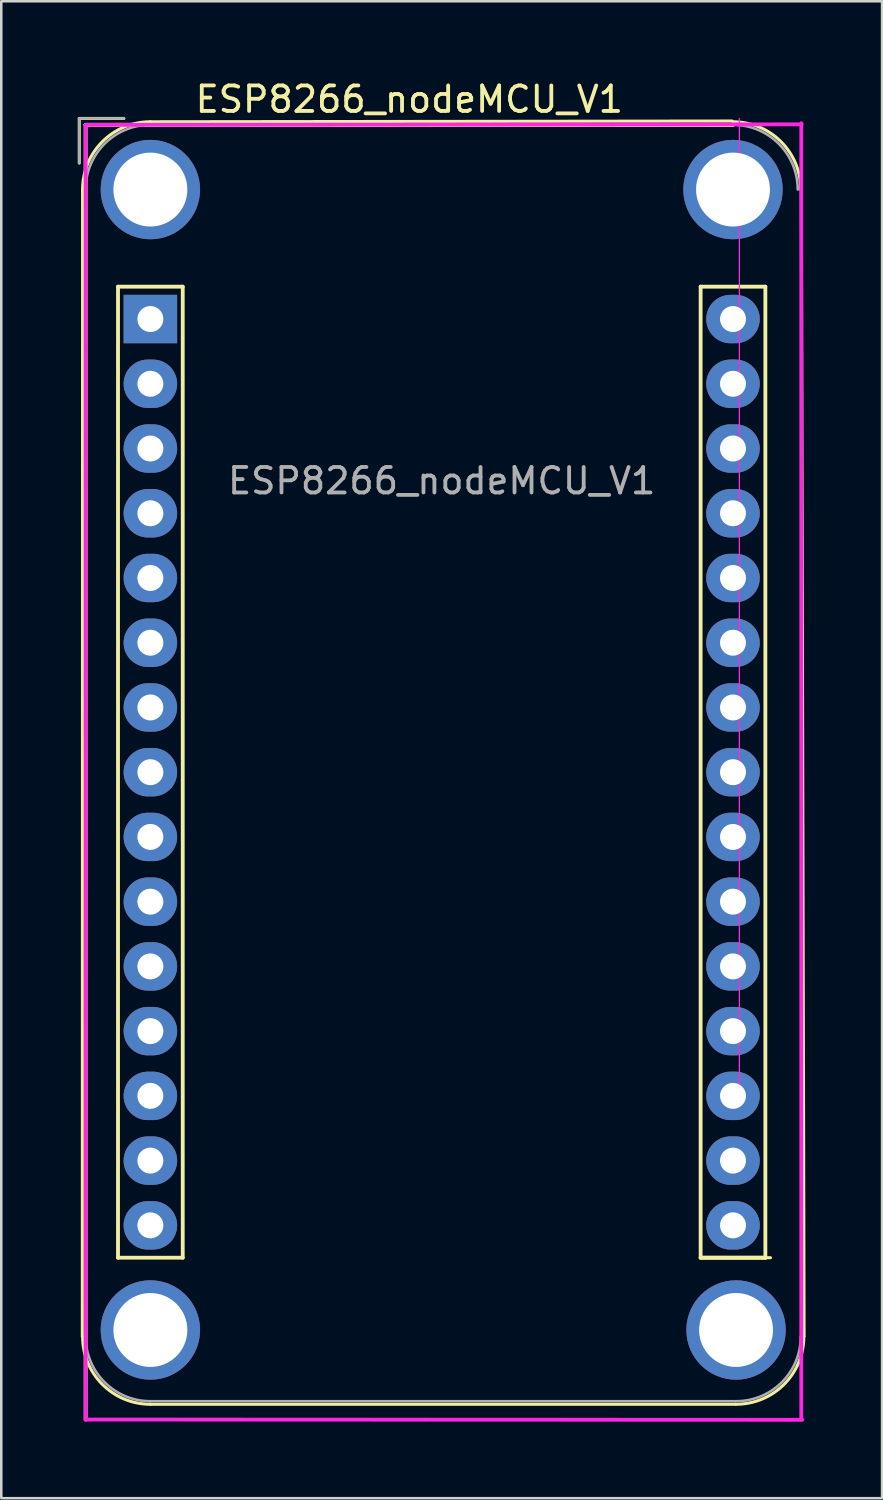
<source format=kicad_pcb>
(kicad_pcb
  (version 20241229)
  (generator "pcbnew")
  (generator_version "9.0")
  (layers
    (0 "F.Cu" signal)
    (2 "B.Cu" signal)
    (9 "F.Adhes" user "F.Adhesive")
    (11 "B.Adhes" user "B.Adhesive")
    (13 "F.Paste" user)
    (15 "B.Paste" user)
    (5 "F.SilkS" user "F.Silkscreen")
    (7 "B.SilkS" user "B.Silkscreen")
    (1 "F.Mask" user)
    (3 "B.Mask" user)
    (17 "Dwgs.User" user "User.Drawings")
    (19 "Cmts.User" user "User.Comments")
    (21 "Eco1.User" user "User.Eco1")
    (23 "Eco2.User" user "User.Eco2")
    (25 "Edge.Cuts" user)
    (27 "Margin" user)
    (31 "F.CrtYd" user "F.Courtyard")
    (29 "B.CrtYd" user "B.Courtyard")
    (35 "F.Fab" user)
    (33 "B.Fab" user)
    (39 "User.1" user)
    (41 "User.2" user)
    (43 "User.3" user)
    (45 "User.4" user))
  (footprint "ESP8266_nodeMCU_V1"
    (layer "F.Cu")
    (at 2.85 8.198)
    (property "Reference" "ESP8266_nodeMCU_V1" (at 10.16 -7.35 0) (layer "F.SilkS") (effects (font (size 1 1) (thickness 0.15))))
    (attr through_hole)
    (fp_line (start -2.79 -6.6) (end -1.04 -6.6) (stroke (width 0.12) (type solid)) (layer "F.SilkS"))
    (fp_line (start -2.79 -4.85) (end -2.79 -6.6) (stroke (width 0.12) (type solid)) (layer "F.SilkS"))
    (fp_line (start -2.66 -3.81) (end -2.67 41.19) (stroke (width 0.12) (type solid)) (layer "F.SilkS"))
    (fp_line (start -2.54 -6.35) (end -2.54 44.45) (stroke (width 0.15) (type solid)) (layer "F.SilkS"))
    (fp_line (start -2.54 -6.35) (end 22.86 -6.35) (stroke (width 0.15) (type solid)) (layer "F.SilkS"))
    (fp_line (start -1.27 0) (end 1.27 0) (stroke (width 0.15) (type solid)) (layer "F.SilkS"))
    (fp_line (start -1.27 38.1) (end -1.27 0) (stroke (width 0.15) (type solid)) (layer "F.SilkS"))
    (fp_line (start 0 -6.47) (end 22.83 -6.5) (stroke (width 0.12) (type solid)) (layer "F.SilkS"))
    (fp_line (start 0 43.85) (end 22.96 43.85) (stroke (width 0.12) (type solid)) (layer "F.SilkS"))
    (fp_line (start 1.27 0) (end 1.27 38.1) (stroke (width 0.15) (type solid)) (layer "F.SilkS"))
    (fp_line (start 1.27 38.1) (end -1.27 38.1) (stroke (width 0.15) (type solid)) (layer "F.SilkS"))
    (fp_line (start 21.59 0) (end 24.13 0) (stroke (width 0.15) (type solid)) (layer "F.SilkS"))
    (fp_line (start 21.59 38.1) (end 21.59 0) (stroke (width 0.15) (type solid)) (layer "F.SilkS"))
    (fp_line (start 21.59 38.1) (end 24.33 38.1) (stroke (width 0.12) (type solid)) (layer "F.SilkS"))
    (fp_line (start 22.86 -6.35) (end -2.54 -6.35) (stroke (width 0.15) (type solid)) (layer "F.SilkS"))
    (fp_line (start 24.13 0) (end 24.13 38.1) (stroke (width 0.15) (type solid)) (layer "F.SilkS"))
    (fp_line (start 24.13 38.1) (end 21.59 38.1) (stroke (width 0.15) (type solid)) (layer "F.SilkS"))
    (fp_line (start 24.13 38.1) (end 21.59 38.1) (stroke (width 0.15) (type solid)) (layer "F.SilkS"))
    (fp_line (start 25.54 -3.95) (end 25.65 41.18) (stroke (width 0.12) (type solid)) (layer "F.SilkS"))
    (fp_arc (start -2.66 -3.81) (mid -1.880904 -5.690904) (end 0 -6.47) (stroke (width 0.12) (type solid)) (layer "F.SilkS"))
    (fp_arc (start 0 43.85) (mid -1.880904 43.070904) (end -2.66 41.19) (stroke (width 0.12) (type solid)) (layer "F.SilkS"))
    (fp_arc (start 22.86 -6.47) (mid 24.740904 -5.690904) (end 25.52 -3.81) (stroke (width 0.12) (type solid)) (layer "F.SilkS"))
    (fp_arc (start 25.64 41.19) (mid 24.860904 43.070904) (end 22.98 43.85) (stroke (width 0.12) (type solid)) (layer "F.SilkS"))
    (fp_line (start -2.54 -6.35) (end 25.55 -6.37) (stroke (width 0.15) (type solid)) (layer "F.CrtYd"))
    (fp_line (start -2.54 44.45) (end -2.54 -6.35) (stroke (width 0.15) (type solid)) (layer "F.CrtYd"))
    (fp_line (start 23.11 32) (end 23.11 -6.6) (stroke (width 0.05) (type solid)) (layer "F.CrtYd"))
    (fp_line (start 25.54 -6.41) (end 25.54 44.39) (stroke (width 0.15) (type solid)) (layer "F.CrtYd"))
    (fp_line (start 25.58 44.46) (end -2.54 44.45) (stroke (width 0.15) (type solid)) (layer "F.CrtYd"))
    (fp_line (start -2.79 -6.6) (end -1.04 -6.6) (stroke (width 0.1) (type solid)) (layer "F.Fab"))
    (fp_line (start -2.79 -4.85) (end -2.79 -6.6) (stroke (width 0.1) (type solid)) (layer "F.Fab"))
    (fp_line (start -2.54 -3.81) (end -2.54 29.21) (stroke (width 0.1) (type solid)) (layer "F.Fab"))
    (fp_line (start 0 -6.35) (end 20.32 -6.35) (stroke (width 0.1) (type solid)) (layer "F.Fab"))
    (fp_line (start 0 43.73) (end 22.95 43.73) (stroke (width 0.1) (type solid)) (layer "F.Fab"))
    (fp_arc (start -2.54 -3.81) (mid -1.796051 -5.606051) (end 0 -6.35) (stroke (width 0.1) (type solid)) (layer "F.Fab"))
    (fp_arc (start 0 43.73) (mid -1.796051 42.986051) (end -2.54 41.19) (stroke (width 0.1) (type solid)) (layer "F.Fab"))
    (fp_arc (start 22.86 -6.35) (mid 24.656051 -5.606051) (end 25.4 -3.81) (stroke (width 0.1) (type solid)) (layer "F.Fab"))
    (fp_arc (start 25.52 41.19) (mid 24.776051 42.986051) (end 22.98 43.73) (stroke (width 0.1) (type solid)) (layer "F.Fab"))
    (fp_text user "${REFERENCE}" (at 11.43 7.62 0) (layer "F.Fab") (effects (font (size 1 1) (thickness 0.15))))
    (pad "1" thru_hole rect (at 0 1.27) (size 2.1 1.9) (drill 1.02) (layers "*.Cu" "*.Mask"))
    (pad "2" thru_hole oval (at 0 3.81) (size 2.1 1.9) (drill 1.02) (layers "*.Cu" "*.Mask"))
    (pad "3" thru_hole oval (at 0 6.35) (size 2.1 1.9) (drill 1.02) (layers "*.Cu" "*.Mask"))
    (pad "4" thru_hole oval (at 0 8.89) (size 2.1 1.9) (drill 1.02) (layers "*.Cu" "*.Mask"))
    (pad "5" thru_hole oval (at 0 11.43) (size 2.1 1.9) (drill 1.02) (layers "*.Cu" "*.Mask"))
    (pad "6" thru_hole oval (at 0 13.97) (size 2.1 1.9) (drill 1.02) (layers "*.Cu" "*.Mask"))
    (pad "7" thru_hole oval (at 0 16.51) (size 2.1 1.9) (drill 1.02) (layers "*.Cu" "*.Mask"))
    (pad "8" thru_hole oval (at 0 19.05) (size 2.1 1.9) (drill 1.02) (layers "*.Cu" "*.Mask"))
    (pad "9" thru_hole oval (at 0 21.59) (size 2.1 1.9) (drill 1.02) (layers "*.Cu" "*.Mask"))
    (pad "10" thru_hole oval (at 0 24.13) (size 2.1 1.9) (drill 1.02) (layers "*.Cu" "*.Mask"))
    (pad "11" thru_hole oval (at 0 26.67) (size 2.1 1.9) (drill 1.02) (layers "*.Cu" "*.Mask"))
    (pad "12" thru_hole oval (at 0 29.21) (size 2.1 1.9) (drill 1.02) (layers "*.Cu" "*.Mask"))
    (pad "13" thru_hole oval (at 0 31.75) (size 2.1 1.9) (drill 1.02) (layers "*.Cu" "*.Mask"))
    (pad "14" thru_hole oval (at 0 34.29) (size 2.1 1.9) (drill 1.02) (layers "*.Cu" "*.Mask"))
    (pad "15" thru_hole oval (at 0 36.83) (size 2.1 1.9) (drill 1.02) (layers "*.Cu" "*.Mask"))
    (pad "16" thru_hole oval (at 22.86 36.83) (size 2.1 1.9) (drill 1.02) (layers "*.Cu" "*.Mask"))
    (pad "17" thru_hole oval (at 22.86 34.29) (size 2.1 1.9) (drill 1.02) (layers "*.Cu" "*.Mask"))
    (pad "18" thru_hole oval (at 22.86 31.75) (size 2.1 1.9) (drill 1.02) (layers "*.Cu" "*.Mask"))
    (pad "19" thru_hole oval (at 22.86 29.21) (size 2.1 1.9) (drill 1.02) (layers "*.Cu" "*.Mask"))
    (pad "20" thru_hole oval (at 22.86 26.67) (size 2.1 1.9) (drill 1.02) (layers "*.Cu" "*.Mask"))
    (pad "21" thru_hole oval (at 22.86 24.13) (size 2.1 1.9) (drill 1.02) (layers "*.Cu" "*.Mask"))
    (pad "22" thru_hole oval (at 22.86 21.59) (size 2.1 1.9) (drill 1.02) (layers "*.Cu" "*.Mask"))
    (pad "23" thru_hole oval (at 22.86 19.05) (size 2.1 1.9) (drill 1.02) (layers "*.Cu" "*.Mask"))
    (pad "24" thru_hole oval (at 22.86 16.51) (size 2.1 1.9) (drill 1.02) (layers "*.Cu" "*.Mask"))
    (pad "25" thru_hole oval (at 22.86 13.97) (size 2.1 1.9) (drill 1.02) (layers "*.Cu" "*.Mask"))
    (pad "26" thru_hole oval (at 22.86 11.43) (size 2.1 1.9) (drill 1.02) (layers "*.Cu" "*.Mask"))
    (pad "27" thru_hole oval (at 22.86 8.89) (size 2.1 1.9) (drill 1.02) (layers "*.Cu" "*.Mask"))
    (pad "28" thru_hole oval (at 22.86 6.35) (size 2.1 1.9) (drill 1.02) (layers "*.Cu" "*.Mask"))
    (pad "29" thru_hole oval (at 22.86 3.81) (size 2.1 1.9) (drill 1.02) (layers "*.Cu" "*.Mask"))
    (pad "30" thru_hole oval (at 22.86 1.27) (size 2.1 1.9) (drill 1.02) (layers "*.Cu" "*.Mask"))
    (pad "~" thru_hole circle (at 0 -3.81) (size 3.9 3.9) (drill 2.9) (layers "*.Cu" "*.Mask"))
    (pad "~" thru_hole circle (at 0 40.936) (size 3.9 3.9) (drill 2.9) (layers "*.Cu" "*.Mask"))
    (pad "~" thru_hole circle (at 22.86 -3.81) (size 3.9 3.9) (drill 2.9) (layers "*.Cu" "*.Mask"))
    (pad "~" thru_hole circle (at 22.98 40.936) (size 3.9 3.9) (drill 2.9) (layers "*.Cu" "*.Mask")))
  (gr_rect
    (start -3 -3)
    (end 31.56 55.733)
    (stroke (width 0.1) (type default))
    (fill no)
    (layer "Edge.Cuts")))
</source>
